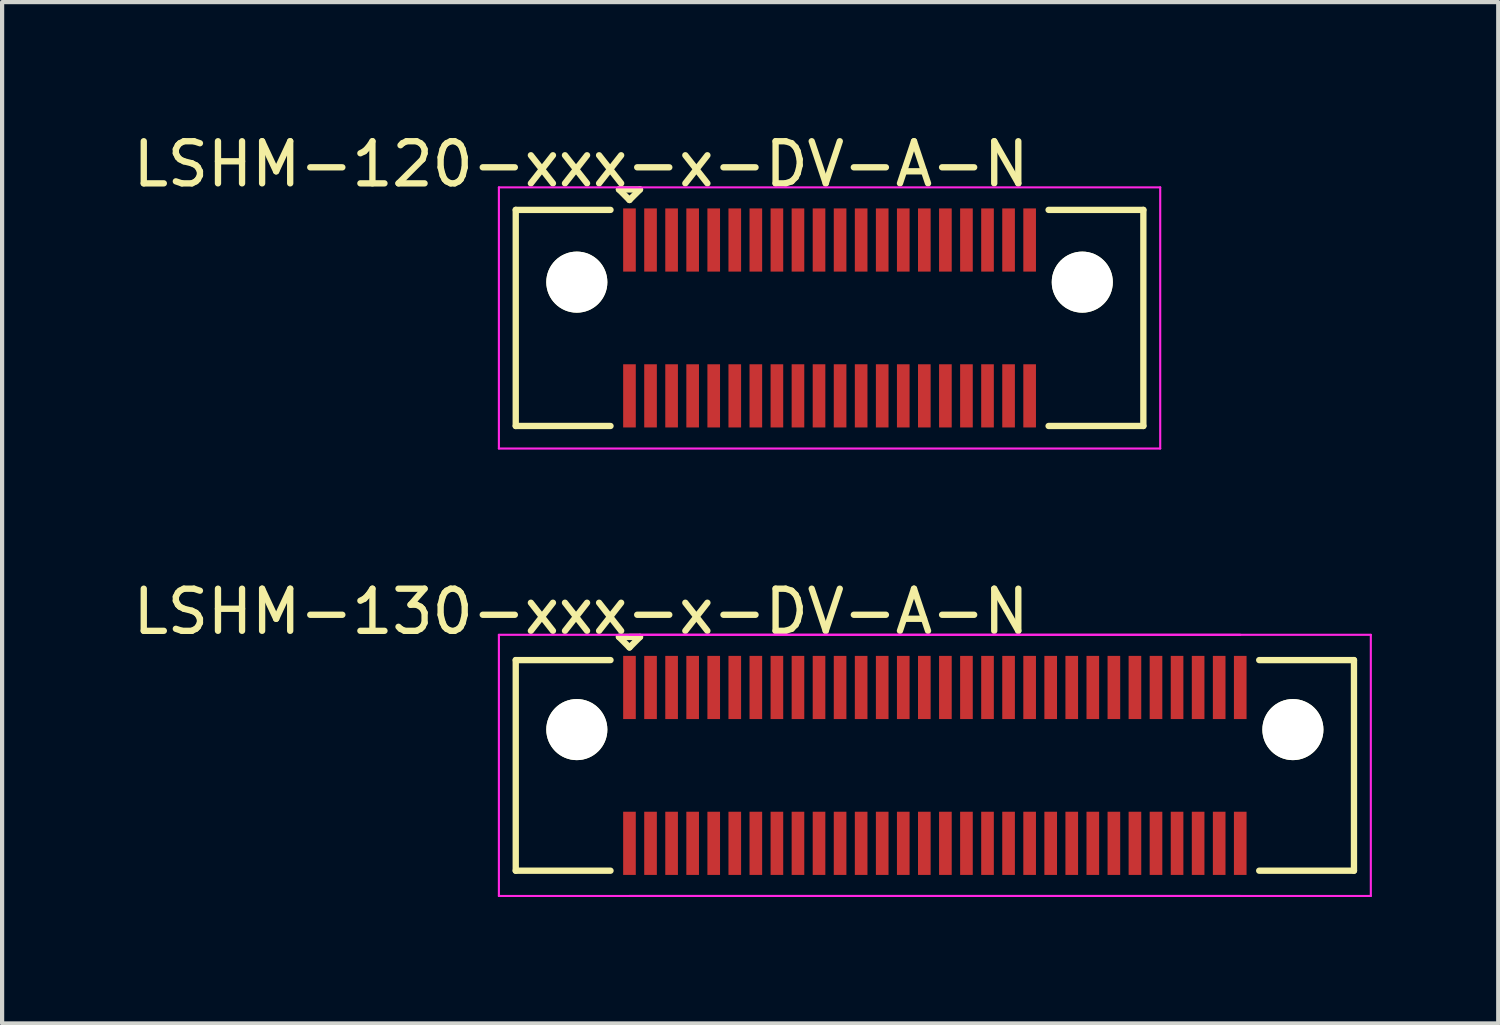
<source format=kicad_pcb>
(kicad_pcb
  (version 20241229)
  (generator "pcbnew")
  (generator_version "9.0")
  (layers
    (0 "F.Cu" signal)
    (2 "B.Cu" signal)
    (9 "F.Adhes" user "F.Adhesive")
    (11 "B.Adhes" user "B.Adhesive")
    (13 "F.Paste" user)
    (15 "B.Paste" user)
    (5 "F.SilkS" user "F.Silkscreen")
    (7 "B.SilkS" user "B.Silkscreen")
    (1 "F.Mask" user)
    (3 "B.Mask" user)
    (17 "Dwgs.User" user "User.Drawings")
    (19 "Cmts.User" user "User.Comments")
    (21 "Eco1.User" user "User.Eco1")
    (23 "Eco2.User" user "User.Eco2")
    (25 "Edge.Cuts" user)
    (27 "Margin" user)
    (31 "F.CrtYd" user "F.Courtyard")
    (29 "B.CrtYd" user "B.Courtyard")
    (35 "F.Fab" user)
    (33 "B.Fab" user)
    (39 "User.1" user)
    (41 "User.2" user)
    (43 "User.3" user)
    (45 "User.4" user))
  (footprint "LSHM-130-xxx-x-DV-A-N"
    (layer "F.Cu")
    (at 19.144 15.121)
    (property "Reference" "LSHM-130-xxx-x-DV-A-N" (at -8.4 -3.65 0) (layer "F.SilkS") (effects (font (size 1 1) (thickness 0.15))))
    (attr smd)
    (fp_line (start -9.95 -2.5) (end -9.95 2.5) (stroke (width 0.15) (type solid)) (layer "F.SilkS"))
    (fp_line (start -9.95 -2.5) (end -7.7 -2.5) (stroke (width 0.15) (type solid)) (layer "F.SilkS"))
    (fp_line (start -9.95 2.5) (end -7.7 2.5) (stroke (width 0.15) (type solid)) (layer "F.SilkS"))
    (fp_line (start -7.5 -3.05) (end -7.25 -2.8) (stroke (width 0.15) (type solid)) (layer "F.SilkS"))
    (fp_line (start -7.25 -2.8) (end -7 -3.05) (stroke (width 0.15) (type solid)) (layer "F.SilkS"))
    (fp_line (start -7 -3.05) (end -7.5 -3.05) (stroke (width 0.15) (type solid)) (layer "F.SilkS"))
    (fp_line (start 9.95 -2.5) (end 7.7 -2.5) (stroke (width 0.15) (type solid)) (layer "F.SilkS"))
    (fp_line (start 9.95 -2.5) (end 9.95 2.5) (stroke (width 0.15) (type solid)) (layer "F.SilkS"))
    (fp_line (start 9.95 2.5) (end 7.7 2.5) (stroke (width 0.15) (type solid)) (layer "F.SilkS"))
    (fp_line (start -10.35 -3.1) (end 10.35 -3.1) (stroke (width 0.05) (type solid)) (layer "F.CrtYd"))
    (fp_line (start -10.35 3.1) (end -10.35 -3.1) (stroke (width 0.05) (type solid)) (layer "F.CrtYd"))
    (fp_line (start -10.35 3.1) (end 10.35 3.1) (stroke (width 0.05) (type solid)) (layer "F.CrtYd"))
    (fp_line (start -7.25 -3.1) (end 7.25 -3.1) (stroke (width 0.05) (type solid)) (layer "F.CrtYd"))
    (fp_line (start -7.25 3.1) (end 7.25 3.1) (stroke (width 0.05) (type solid)) (layer "F.CrtYd"))
    (fp_line (start 10.35 3.1) (end 10.35 -3.1) (stroke (width 0.05) (type solid)) (layer "F.CrtYd"))
    (pad "" np_thru_hole circle (at -8.5 -0.85) (size 1.45 1.45) (drill 1.45) (layers "*.Cu" "*.Mask" "F.SilkS"))
    (pad "" np_thru_hole circle (at 8.5 -0.85) (size 1.45 1.45) (drill 1.45) (layers "*.Cu" "*.Mask" "F.SilkS"))
    (pad "1" smd rect (at -7.25 -1.85) (size 0.3 1.5) (layers "F.Cu" "F.Mask" "F.Paste"))
    (pad "2" smd rect (at -7.25 1.85) (size 0.3 1.5) (layers "F.Cu" "F.Mask" "F.Paste"))
    (pad "3" smd rect (at -6.75 -1.85) (size 0.3 1.5) (layers "F.Cu" "F.Mask" "F.Paste"))
    (pad "4" smd rect (at -6.75 1.85) (size 0.3 1.5) (layers "F.Cu" "F.Mask" "F.Paste"))
    (pad "5" smd rect (at -6.25 -1.85) (size 0.3 1.5) (layers "F.Cu" "F.Mask" "F.Paste"))
    (pad "6" smd rect (at -6.25 1.85) (size 0.3 1.5) (layers "F.Cu" "F.Mask" "F.Paste"))
    (pad "7" smd rect (at -5.75 -1.85) (size 0.3 1.5) (layers "F.Cu" "F.Mask" "F.Paste"))
    (pad "8" smd rect (at -5.75 1.85) (size 0.3 1.5) (layers "F.Cu" "F.Mask" "F.Paste"))
    (pad "9" smd rect (at -5.25 -1.85) (size 0.3 1.5) (layers "F.Cu" "F.Mask" "F.Paste"))
    (pad "10" smd rect (at -5.25 1.85) (size 0.3 1.5) (layers "F.Cu" "F.Mask" "F.Paste"))
    (pad "11" smd rect (at -4.75 -1.85) (size 0.3 1.5) (layers "F.Cu" "F.Mask" "F.Paste"))
    (pad "12" smd rect (at -4.75 1.85) (size 0.3 1.5) (layers "F.Cu" "F.Mask" "F.Paste"))
    (pad "13" smd rect (at -4.25 -1.85) (size 0.3 1.5) (layers "F.Cu" "F.Mask" "F.Paste"))
    (pad "14" smd rect (at -4.25 1.85) (size 0.3 1.5) (layers "F.Cu" "F.Mask" "F.Paste"))
    (pad "15" smd rect (at -3.75 -1.85) (size 0.3 1.5) (layers "F.Cu" "F.Mask" "F.Paste"))
    (pad "16" smd rect (at -3.75 1.85) (size 0.3 1.5) (layers "F.Cu" "F.Mask" "F.Paste"))
    (pad "17" smd rect (at -3.25 -1.85) (size 0.3 1.5) (layers "F.Cu" "F.Mask" "F.Paste"))
    (pad "18" smd rect (at -3.25 1.85) (size 0.3 1.5) (layers "F.Cu" "F.Mask" "F.Paste"))
    (pad "19" smd rect (at -2.75 -1.85) (size 0.3 1.5) (layers "F.Cu" "F.Mask" "F.Paste"))
    (pad "20" smd rect (at -2.75 1.85) (size 0.3 1.5) (layers "F.Cu" "F.Mask" "F.Paste"))
    (pad "21" smd rect (at -2.25 -1.85) (size 0.3 1.5) (layers "F.Cu" "F.Mask" "F.Paste"))
    (pad "22" smd rect (at -2.25 1.85) (size 0.3 1.5) (layers "F.Cu" "F.Mask" "F.Paste"))
    (pad "23" smd rect (at -1.75 -1.85) (size 0.3 1.5) (layers "F.Cu" "F.Mask" "F.Paste"))
    (pad "24" smd rect (at -1.75 1.85) (size 0.3 1.5) (layers "F.Cu" "F.Mask" "F.Paste"))
    (pad "25" smd rect (at -1.25 -1.85) (size 0.3 1.5) (layers "F.Cu" "F.Mask" "F.Paste"))
    (pad "26" smd rect (at -1.25 1.85) (size 0.3 1.5) (layers "F.Cu" "F.Mask" "F.Paste"))
    (pad "27" smd rect (at -0.75 -1.85) (size 0.3 1.5) (layers "F.Cu" "F.Mask" "F.Paste"))
    (pad "28" smd rect (at -0.75 1.85) (size 0.3 1.5) (layers "F.Cu" "F.Mask" "F.Paste"))
    (pad "29" smd rect (at -0.25 -1.85) (size 0.3 1.5) (layers "F.Cu" "F.Mask" "F.Paste"))
    (pad "30" smd rect (at -0.25 1.85) (size 0.3 1.5) (layers "F.Cu" "F.Mask" "F.Paste"))
    (pad "31" smd rect (at 0.25 -1.85) (size 0.3 1.5) (layers "F.Cu" "F.Mask" "F.Paste"))
    (pad "32" smd rect (at 0.25 1.85) (size 0.3 1.5) (layers "F.Cu" "F.Mask" "F.Paste"))
    (pad "33" smd rect (at 0.75 -1.85) (size 0.3 1.5) (layers "F.Cu" "F.Mask" "F.Paste"))
    (pad "34" smd rect (at 0.75 1.85) (size 0.3 1.5) (layers "F.Cu" "F.Mask" "F.Paste"))
    (pad "35" smd rect (at 1.25 -1.85) (size 0.3 1.5) (layers "F.Cu" "F.Mask" "F.Paste"))
    (pad "36" smd rect (at 1.25 1.85) (size 0.3 1.5) (layers "F.Cu" "F.Mask" "F.Paste"))
    (pad "37" smd rect (at 1.75 -1.85) (size 0.3 1.5) (layers "F.Cu" "F.Mask" "F.Paste"))
    (pad "38" smd rect (at 1.75 1.85) (size 0.3 1.5) (layers "F.Cu" "F.Mask" "F.Paste"))
    (pad "39" smd rect (at 2.25 -1.85) (size 0.3 1.5) (layers "F.Cu" "F.Mask" "F.Paste"))
    (pad "40" smd rect (at 2.25 1.85) (size 0.3 1.5) (layers "F.Cu" "F.Mask" "F.Paste"))
    (pad "41" smd rect (at 2.75 -1.85) (size 0.3 1.5) (layers "F.Cu" "F.Mask" "F.Paste"))
    (pad "42" smd rect (at 2.75 1.85) (size 0.3 1.5) (layers "F.Cu" "F.Mask" "F.Paste"))
    (pad "43" smd rect (at 3.25 -1.85) (size 0.3 1.5) (layers "F.Cu" "F.Mask" "F.Paste"))
    (pad "44" smd rect (at 3.25 1.85) (size 0.3 1.5) (layers "F.Cu" "F.Mask" "F.Paste"))
    (pad "45" smd rect (at 3.75 -1.85) (size 0.3 1.5) (layers "F.Cu" "F.Mask" "F.Paste"))
    (pad "46" smd rect (at 3.75 1.85) (size 0.3 1.5) (layers "F.Cu" "F.Mask" "F.Paste"))
    (pad "47" smd rect (at 4.25 -1.85) (size 0.3 1.5) (layers "F.Cu" "F.Mask" "F.Paste"))
    (pad "48" smd rect (at 4.25 1.85) (size 0.3 1.5) (layers "F.Cu" "F.Mask" "F.Paste"))
    (pad "49" smd rect (at 4.75 -1.85) (size 0.3 1.5) (layers "F.Cu" "F.Mask" "F.Paste"))
    (pad "50" smd rect (at 4.75 1.85) (size 0.3 1.5) (layers "F.Cu" "F.Mask" "F.Paste"))
    (pad "51" smd rect (at 5.25 -1.85) (size 0.3 1.5) (layers "F.Cu" "F.Mask" "F.Paste"))
    (pad "52" smd rect (at 5.25 1.85) (size 0.3 1.5) (layers "F.Cu" "F.Mask" "F.Paste"))
    (pad "53" smd rect (at 5.75 -1.85) (size 0.3 1.5) (layers "F.Cu" "F.Mask" "F.Paste"))
    (pad "54" smd rect (at 5.75 1.85) (size 0.3 1.5) (layers "F.Cu" "F.Mask" "F.Paste"))
    (pad "55" smd rect (at 6.25 -1.85) (size 0.3 1.5) (layers "F.Cu" "F.Mask" "F.Paste"))
    (pad "56" smd rect (at 6.25 1.85) (size 0.3 1.5) (layers "F.Cu" "F.Mask" "F.Paste"))
    (pad "57" smd rect (at 6.75 -1.85) (size 0.3 1.5) (layers "F.Cu" "F.Mask" "F.Paste"))
    (pad "58" smd rect (at 6.75 1.85) (size 0.3 1.5) (layers "F.Cu" "F.Mask" "F.Paste"))
    (pad "59" smd rect (at 7.25 -1.85) (size 0.3 1.5) (layers "F.Cu" "F.Mask" "F.Paste"))
    (pad "60" smd rect (at 7.25 1.85) (size 0.3 1.5) (layers "F.Cu" "F.Mask" "F.Paste")))
  (footprint "LSHM-120-xxx-x-DV-A-N"
    (layer "F.Cu")
    (at 16.644 4.498)
    (property "Reference" "LSHM-120-xxx-x-DV-A-N" (at -5.9 -3.65 0) (layer "F.SilkS") (effects (font (size 1 1) (thickness 0.15))))
    (attr smd)
    (fp_line (start -7.45 -2.565) (end -5.2 -2.565) (stroke (width 0.15) (type solid)) (layer "F.SilkS"))
    (fp_line (start -7.45 2.565) (end -7.45 -2.565) (stroke (width 0.15) (type solid)) (layer "F.SilkS"))
    (fp_line (start -7.45 2.565) (end -5.2 2.565) (stroke (width 0.15) (type solid)) (layer "F.SilkS"))
    (fp_line (start -5 -3.05) (end -4.75 -2.8) (stroke (width 0.15) (type solid)) (layer "F.SilkS"))
    (fp_line (start -4.75 -2.8) (end -4.5 -3.05) (stroke (width 0.15) (type solid)) (layer "F.SilkS"))
    (fp_line (start -4.5 -3.05) (end -5 -3.05) (stroke (width 0.15) (type solid)) (layer "F.SilkS"))
    (fp_line (start 7.45 -2.565) (end 5.2 -2.565) (stroke (width 0.15) (type solid)) (layer "F.SilkS"))
    (fp_line (start 7.45 2.565) (end 5.2 2.565) (stroke (width 0.15) (type solid)) (layer "F.SilkS"))
    (fp_line (start 7.45 2.565) (end 7.45 -2.565) (stroke (width 0.15) (type solid)) (layer "F.SilkS"))
    (fp_line (start -7.85 -3.1) (end 7.85 -3.1) (stroke (width 0.05) (type solid)) (layer "F.CrtYd"))
    (fp_line (start -7.85 3.1) (end -7.85 -3.1) (stroke (width 0.05) (type solid)) (layer "F.CrtYd"))
    (fp_line (start -7.85 3.1) (end 7.85 3.1) (stroke (width 0.05) (type solid)) (layer "F.CrtYd"))
    (fp_line (start 7.85 3.1) (end 7.85 -3.1) (stroke (width 0.05) (type solid)) (layer "F.CrtYd"))
    (pad "" np_thru_hole circle (at -6 -0.85) (size 1.45 1.45) (drill 1.45) (layers "*.Cu" "*.Mask" "F.SilkS"))
    (pad "" np_thru_hole circle (at 6 -0.85) (size 1.45 1.45) (drill 1.45) (layers "*.Cu" "*.Mask" "F.SilkS"))
    (pad "1" smd rect (at -4.75 -1.85) (size 0.3 1.5) (layers "F.Cu" "F.Mask" "F.Paste"))
    (pad "2" smd rect (at -4.75 1.85) (size 0.3 1.5) (layers "F.Cu" "F.Mask" "F.Paste"))
    (pad "3" smd rect (at -4.25 -1.85) (size 0.3 1.5) (layers "F.Cu" "F.Mask" "F.Paste"))
    (pad "4" smd rect (at -4.25 1.85) (size 0.3 1.5) (layers "F.Cu" "F.Mask" "F.Paste"))
    (pad "5" smd rect (at -3.75 -1.85) (size 0.3 1.5) (layers "F.Cu" "F.Mask" "F.Paste"))
    (pad "6" smd rect (at -3.75 1.85) (size 0.3 1.5) (layers "F.Cu" "F.Mask" "F.Paste"))
    (pad "7" smd rect (at -3.25 -1.85) (size 0.3 1.5) (layers "F.Cu" "F.Mask" "F.Paste"))
    (pad "8" smd rect (at -3.25 1.85) (size 0.3 1.5) (layers "F.Cu" "F.Mask" "F.Paste"))
    (pad "9" smd rect (at -2.75 -1.85) (size 0.3 1.5) (layers "F.Cu" "F.Mask" "F.Paste"))
    (pad "10" smd rect (at -2.75 1.85) (size 0.3 1.5) (layers "F.Cu" "F.Mask" "F.Paste"))
    (pad "11" smd rect (at -2.25 -1.85) (size 0.3 1.5) (layers "F.Cu" "F.Mask" "F.Paste"))
    (pad "12" smd rect (at -2.25 1.85) (size 0.3 1.5) (layers "F.Cu" "F.Mask" "F.Paste"))
    (pad "13" smd rect (at -1.75 -1.85) (size 0.3 1.5) (layers "F.Cu" "F.Mask" "F.Paste"))
    (pad "14" smd rect (at -1.75 1.85) (size 0.3 1.5) (layers "F.Cu" "F.Mask" "F.Paste"))
    (pad "15" smd rect (at -1.25 -1.85) (size 0.3 1.5) (layers "F.Cu" "F.Mask" "F.Paste"))
    (pad "16" smd rect (at -1.25 1.85) (size 0.3 1.5) (layers "F.Cu" "F.Mask" "F.Paste"))
    (pad "17" smd rect (at -0.75 -1.85) (size 0.3 1.5) (layers "F.Cu" "F.Mask" "F.Paste"))
    (pad "18" smd rect (at -0.75 1.85) (size 0.3 1.5) (layers "F.Cu" "F.Mask" "F.Paste"))
    (pad "19" smd rect (at -0.25 -1.85) (size 0.3 1.5) (layers "F.Cu" "F.Mask" "F.Paste"))
    (pad "20" smd rect (at -0.25 1.85) (size 0.3 1.5) (layers "F.Cu" "F.Mask" "F.Paste"))
    (pad "21" smd rect (at 0.25 -1.85) (size 0.3 1.5) (layers "F.Cu" "F.Mask" "F.Paste"))
    (pad "22" smd rect (at 0.25 1.85) (size 0.3 1.5) (layers "F.Cu" "F.Mask" "F.Paste"))
    (pad "23" smd rect (at 0.75 -1.85) (size 0.3 1.5) (layers "F.Cu" "F.Mask" "F.Paste"))
    (pad "24" smd rect (at 0.75 1.85) (size 0.3 1.5) (layers "F.Cu" "F.Mask" "F.Paste"))
    (pad "25" smd rect (at 1.25 -1.85) (size 0.3 1.5) (layers "F.Cu" "F.Mask" "F.Paste"))
    (pad "26" smd rect (at 1.25 1.85) (size 0.3 1.5) (layers "F.Cu" "F.Mask" "F.Paste"))
    (pad "27" smd rect (at 1.75 -1.85) (size 0.3 1.5) (layers "F.Cu" "F.Mask" "F.Paste"))
    (pad "28" smd rect (at 1.75 1.85) (size 0.3 1.5) (layers "F.Cu" "F.Mask" "F.Paste"))
    (pad "29" smd rect (at 2.25 -1.85) (size 0.3 1.5) (layers "F.Cu" "F.Mask" "F.Paste"))
    (pad "30" smd rect (at 2.25 1.85) (size 0.3 1.5) (layers "F.Cu" "F.Mask" "F.Paste"))
    (pad "31" smd rect (at 2.75 -1.85) (size 0.3 1.5) (layers "F.Cu" "F.Mask" "F.Paste"))
    (pad "32" smd rect (at 2.75 1.85) (size 0.3 1.5) (layers "F.Cu" "F.Mask" "F.Paste"))
    (pad "33" smd rect (at 3.25 -1.85) (size 0.3 1.5) (layers "F.Cu" "F.Mask" "F.Paste"))
    (pad "34" smd rect (at 3.25 1.85) (size 0.3 1.5) (layers "F.Cu" "F.Mask" "F.Paste"))
    (pad "35" smd rect (at 3.75 -1.85) (size 0.3 1.5) (layers "F.Cu" "F.Mask" "F.Paste"))
    (pad "36" smd rect (at 3.75 1.85) (size 0.3 1.5) (layers "F.Cu" "F.Mask" "F.Paste"))
    (pad "37" smd rect (at 4.25 -1.85) (size 0.3 1.5) (layers "F.Cu" "F.Mask" "F.Paste"))
    (pad "38" smd rect (at 4.25 1.85) (size 0.3 1.5) (layers "F.Cu" "F.Mask" "F.Paste"))
    (pad "39" smd rect (at 4.75 -1.85) (size 0.3 1.5) (layers "F.Cu" "F.Mask" "F.Paste"))
    (pad "40" smd rect (at 4.75 1.85) (size 0.3 1.5) (layers "F.Cu" "F.Mask" "F.Paste")))
  (gr_rect
    (start -3 -3)
    (end 32.519 21.247)
    (stroke (width 0.1) (type default))
    (fill no)
    (layer "Edge.Cuts")))
</source>
